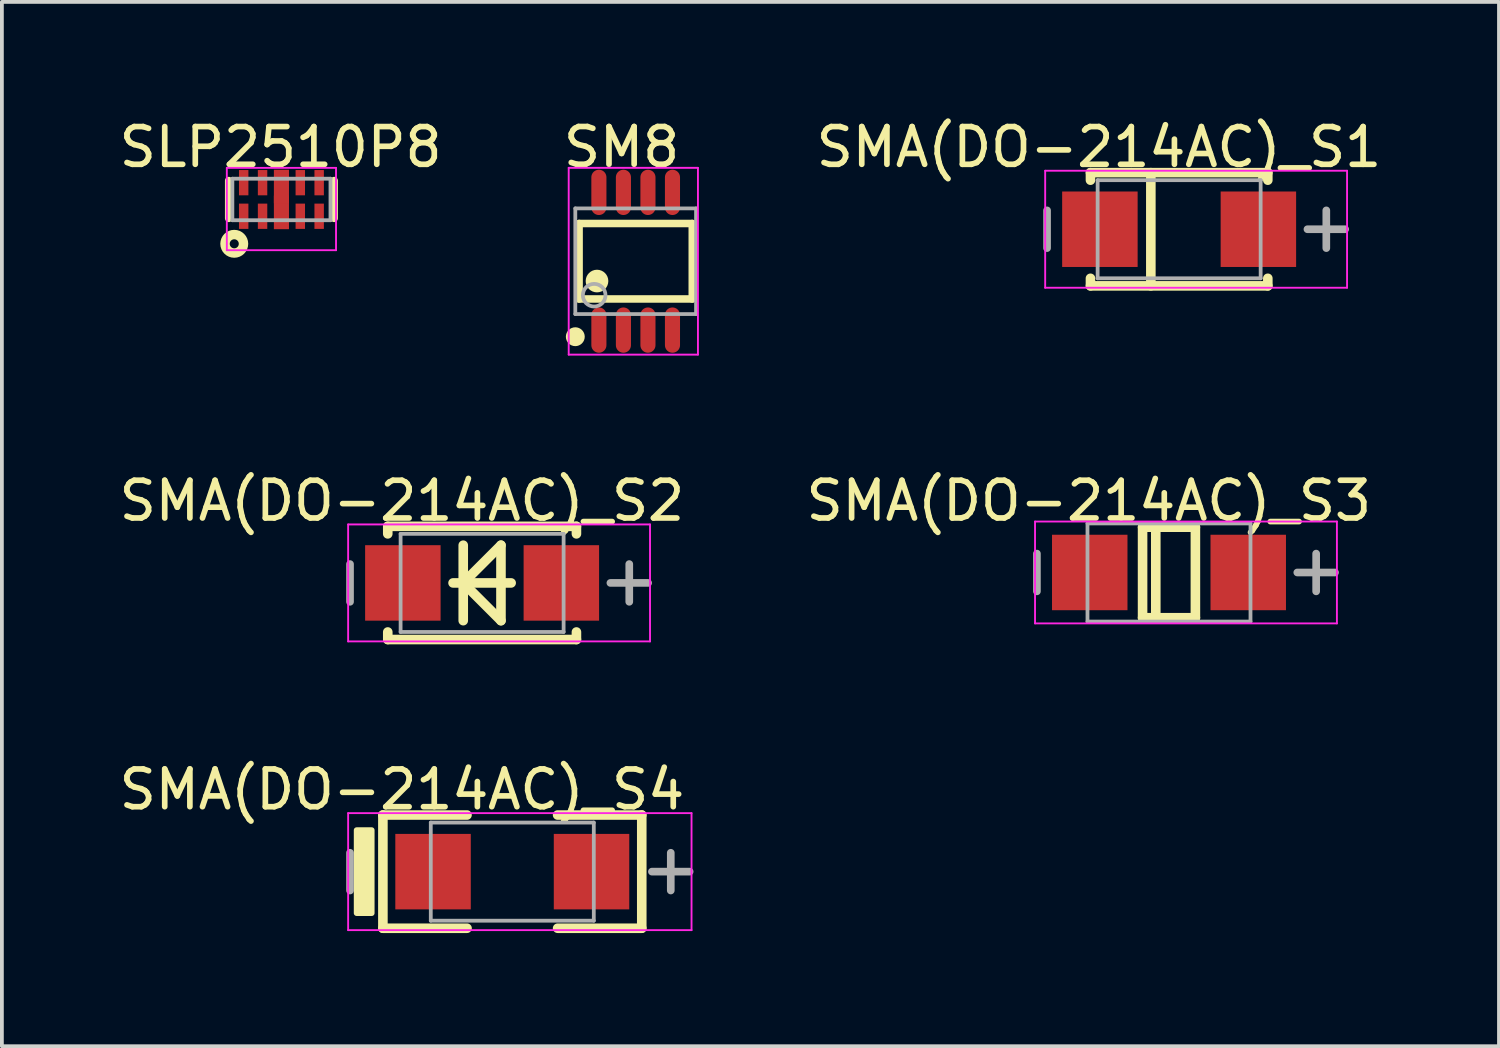
<source format=kicad_pcb>
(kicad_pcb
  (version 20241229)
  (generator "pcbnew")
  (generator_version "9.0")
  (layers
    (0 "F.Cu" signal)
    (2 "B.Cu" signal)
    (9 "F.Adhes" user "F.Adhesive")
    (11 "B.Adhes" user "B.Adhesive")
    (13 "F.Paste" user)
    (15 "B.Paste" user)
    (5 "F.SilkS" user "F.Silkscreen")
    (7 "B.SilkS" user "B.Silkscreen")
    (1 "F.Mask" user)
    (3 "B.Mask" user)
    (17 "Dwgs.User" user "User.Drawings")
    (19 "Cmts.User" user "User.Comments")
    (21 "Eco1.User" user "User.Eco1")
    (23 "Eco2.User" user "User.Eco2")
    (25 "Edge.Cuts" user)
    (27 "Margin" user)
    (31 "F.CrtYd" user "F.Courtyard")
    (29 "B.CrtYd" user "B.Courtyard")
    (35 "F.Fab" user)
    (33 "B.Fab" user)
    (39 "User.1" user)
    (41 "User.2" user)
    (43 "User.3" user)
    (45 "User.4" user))
  (footprint "SLP2510P8"
    (layer "F.Cu")
    (at 4.408 2.236)
    (property "Reference" "SLP2510P8" (at -0.021 -1.387 0) (layer "F.SilkS") (effects (font (size 1 1) (thickness 0.15))))
    (attr through_hole)
    (fp_line (start -1.397 0.5) (end -1.397 -0.5) (stroke (width 0.2) (type solid)) (layer "F.SilkS"))
    (fp_line (start 1.397 0.5) (end 1.397 -0.5) (stroke (width 0.2) (type solid)) (layer "F.SilkS"))
    (fp_circle (center -1.25 1.175) (end -1.13 1.175) (stroke (width 0.25) (type solid)) (fill no) (layer "F.SilkS"))
    (fp_line (start -1.447 -0.837) (end 1.447 -0.837) (stroke (width 0.05) (type solid)) (layer "F.CrtYd"))
    (fp_line (start -1.447 1.345) (end -1.447 -0.837) (stroke (width 0.05) (type solid)) (layer "F.CrtYd"))
    (fp_line (start 1.447 -0.837) (end 1.447 1.345) (stroke (width 0.05) (type solid)) (layer "F.CrtYd"))
    (fp_line (start 1.447 1.345) (end -1.447 1.345) (stroke (width 0.05) (type solid)) (layer "F.CrtYd"))
    (fp_line (start -1.3 -0.55) (end 1.3 -0.55) (stroke (width 0.1) (type solid)) (layer "F.Fab"))
    (fp_line (start -1.3 0.55) (end -1.3 -0.55) (stroke (width 0.1) (type solid)) (layer "F.Fab"))
    (fp_line (start -1.3 0.55) (end 1.3 0.55) (stroke (width 0.1) (type solid)) (layer "F.Fab"))
    (fp_line (start 1.3 0.55) (end 1.3 -0.55) (stroke (width 0.1) (type solid)) (layer "F.Fab"))
    (pad "1" smd rect (at -1 0.445) (size 0.25 0.67) (layers "F.Cu" "F.Mask" "F.Paste"))
    (pad "2" smd rect (at -0.5 0.445) (size 0.25 0.67) (layers "F.Cu" "F.Mask" "F.Paste"))
    (pad "3" smd rect (at 0 0.343) (size 0.4 0.889) (layers "F.Cu" "F.Mask" "F.Paste"))
    (pad "4" smd rect (at 0.5 0.445) (size 0.25 0.67) (layers "F.Cu" "F.Mask" "F.Paste"))
    (pad "5" smd rect (at 1 0.445) (size 0.25 0.67) (layers "F.Cu" "F.Mask" "F.Paste"))
    (pad "6" smd rect (at 1 -0.445) (size 0.25 0.67) (layers "F.Cu" "F.Mask" "F.Paste"))
    (pad "7" smd rect (at 0.5 -0.445) (size 0.25 0.67) (layers "F.Cu" "F.Mask" "F.Paste"))
    (pad "8" smd rect (at 0 -0.343) (size 0.4 0.889) (layers "F.Cu" "F.Mask" "F.Paste"))
    (pad "9" smd rect (at -0.5 -0.445) (size 0.25 0.67) (layers "F.Cu" "F.Mask" "F.Paste"))
    (pad "10" smd rect (at -1 -0.445) (size 0.25 0.67) (layers "F.Cu" "F.Mask" "F.Paste")))
  (footprint "SMA(DO-214AC)_S2"
    (layer "F.Cu")
    (at 9.726 12.398)
    (property "Reference" "SMA(DO-214AC)_S2" (at -2.125 -2.176 0) (layer "F.SilkS") (effects (font (size 1 1) (thickness 0.15))))
    (attr through_hole)
    (fp_line (start -2.5 -1.5) (end 2.5 -1.5) (stroke (width 0.254) (type solid)) (layer "F.SilkS"))
    (fp_line (start -2.5 -1.3) (end -2.5 -1.5) (stroke (width 0.254) (type solid)) (layer "F.SilkS"))
    (fp_line (start -2.5 1.5) (end -2.5 1.3) (stroke (width 0.254) (type solid)) (layer "F.SilkS"))
    (fp_line (start -2.5 1.5) (end 2.5 1.5) (stroke (width 0.254) (type solid)) (layer "F.SilkS"))
    (fp_line (start -0.77 0) (end 0.77 0) (stroke (width 0.254) (type solid)) (layer "F.SilkS"))
    (fp_line (start -0.5 0) (end 0.5 -1) (stroke (width 0.254) (type solid)) (layer "F.SilkS"))
    (fp_line (start -0.5 0) (end 0.5 1) (stroke (width 0.254) (type solid)) (layer "F.SilkS"))
    (fp_line (start -0.5 1) (end -0.5 -1) (stroke (width 0.254) (type solid)) (layer "F.SilkS"))
    (fp_line (start 0.5 1) (end 0.5 -1) (stroke (width 0.254) (type solid)) (layer "F.SilkS"))
    (fp_line (start 2.5 -1.3) (end 2.5 -1.5) (stroke (width 0.254) (type solid)) (layer "F.SilkS"))
    (fp_line (start 2.5 1.5) (end 2.5 1.3) (stroke (width 0.254) (type solid)) (layer "F.SilkS"))
    (fp_line (start -3.55 -1.55) (end 4.45 -1.55) (stroke (width 0.05) (type solid)) (layer "F.CrtYd"))
    (fp_line (start -3.55 1.55) (end -3.55 -1.55) (stroke (width 0.05) (type solid)) (layer "F.CrtYd"))
    (fp_line (start 4.45 -1.55) (end 4.45 1.55) (stroke (width 0.05) (type solid)) (layer "F.CrtYd"))
    (fp_line (start 4.45 1.55) (end -3.55 1.55) (stroke (width 0.05) (type solid)) (layer "F.CrtYd"))
    (fp_line (start -3.5 0.5) (end -3.5 -0.5) (stroke (width 0.203) (type solid)) (layer "F.Fab"))
    (fp_line (start -2.16 -1.3) (end 2.16 -1.3) (stroke (width 0.1) (type solid)) (layer "F.Fab"))
    (fp_line (start -2.16 1.3) (end -2.16 -1.3) (stroke (width 0.1) (type solid)) (layer "F.Fab"))
    (fp_line (start -2.16 1.3) (end 2.16 1.3) (stroke (width 0.1) (type solid)) (layer "F.Fab"))
    (fp_line (start 2.16 1.3) (end 2.16 -1.3) (stroke (width 0.1) (type solid)) (layer "F.Fab"))
    (fp_line (start 3.4 0) (end 4.4 0) (stroke (width 0.203) (type solid)) (layer "F.Fab"))
    (fp_line (start 3.9 0.5) (end 3.9 -0.5) (stroke (width 0.203) (type solid)) (layer "F.Fab"))
    (pad "1" smd rect (at 2.1 0 270) (size 2 2) (layers "F.Cu" "F.Mask" "F.Paste"))
    (pad "2" smd rect (at -2.1 0 270) (size 2 2) (layers "F.Cu" "F.Mask" "F.Paste")))
  (footprint "SMA(DO-214AC)_S3"
    (layer "F.Cu")
    (at 27.929 12.121)
    (property "Reference" "SMA(DO-214AC)_S3" (at -2.125 -1.899 0) (layer "F.SilkS") (effects (font (size 1 1) (thickness 0.15))))
    (attr through_hole)
    (fp_line (start -0.7 -1.2) (end 0.7 -1.2) (stroke (width 0.254) (type solid)) (layer "F.SilkS"))
    (fp_line (start -0.7 1.2) (end -0.7 -1.2) (stroke (width 0.254) (type solid)) (layer "F.SilkS"))
    (fp_line (start -0.7 1.2) (end 0.7 1.2) (stroke (width 0.254) (type solid)) (layer "F.SilkS"))
    (fp_line (start -0.35 1.2) (end -0.35 -1.2) (stroke (width 0.254) (type solid)) (layer "F.SilkS"))
    (fp_line (start 0.7 1.2) (end 0.7 -1.2) (stroke (width 0.254) (type solid)) (layer "F.SilkS"))
    (fp_line (start -3.55 -1.35) (end 4.45 -1.35) (stroke (width 0.05) (type solid)) (layer "F.CrtYd"))
    (fp_line (start -3.55 1.35) (end -3.55 -1.35) (stroke (width 0.05) (type solid)) (layer "F.CrtYd"))
    (fp_line (start 4.45 -1.35) (end 4.45 1.35) (stroke (width 0.05) (type solid)) (layer "F.CrtYd"))
    (fp_line (start 4.45 1.35) (end -3.55 1.35) (stroke (width 0.05) (type solid)) (layer "F.CrtYd"))
    (fp_line (start -3.5 0.5) (end -3.5 -0.5) (stroke (width 0.203) (type solid)) (layer "F.Fab"))
    (fp_line (start -2.16 -1.3) (end 2.16 -1.3) (stroke (width 0.1) (type solid)) (layer "F.Fab"))
    (fp_line (start -2.16 1.3) (end -2.16 -1.3) (stroke (width 0.1) (type solid)) (layer "F.Fab"))
    (fp_line (start -2.16 1.3) (end 2.16 1.3) (stroke (width 0.1) (type solid)) (layer "F.Fab"))
    (fp_line (start 2.16 1.3) (end 2.16 -1.3) (stroke (width 0.1) (type solid)) (layer "F.Fab"))
    (fp_line (start 3.4 0) (end 4.4 0) (stroke (width 0.203) (type solid)) (layer "F.Fab"))
    (fp_line (start 3.9 0.5) (end 3.9 -0.5) (stroke (width 0.203) (type solid)) (layer "F.Fab"))
    (pad "1" smd rect (at 2.1 0 270) (size 2 2) (layers "F.Cu" "F.Mask" "F.Paste"))
    (pad "2" smd rect (at -2.1 0 270) (size 2 2) (layers "F.Cu" "F.Mask" "F.Paste")))
  (footprint "SMA(DO-214AC)_S1"
    (layer "F.Cu")
    (at 28.198 3.025)
    (property "Reference" "SMA(DO-214AC)_S1" (at -2.125 -2.176 0) (layer "F.SilkS") (effects (font (size 1 1) (thickness 0.15))))
    (attr through_hole)
    (fp_line (start -2.35 -1.5) (end 2.35 -1.5) (stroke (width 0.254) (type solid)) (layer "F.SilkS"))
    (fp_line (start -2.35 -1.3) (end -2.35 -1.5) (stroke (width 0.254) (type solid)) (layer "F.SilkS"))
    (fp_line (start -2.35 1.5) (end -2.35 1.3) (stroke (width 0.254) (type solid)) (layer "F.SilkS"))
    (fp_line (start -2.35 1.5) (end 2.35 1.5) (stroke (width 0.254) (type solid)) (layer "F.SilkS"))
    (fp_line (start -0.75 1.5) (end -0.75 -1.5) (stroke (width 0.254) (type solid)) (layer "F.SilkS"))
    (fp_line (start 2.35 -1.3) (end 2.35 -1.5) (stroke (width 0.254) (type solid)) (layer "F.SilkS"))
    (fp_line (start 2.35 1.5) (end 2.35 1.3) (stroke (width 0.254) (type solid)) (layer "F.SilkS"))
    (fp_line (start -3.55 -1.55) (end 4.45 -1.55) (stroke (width 0.05) (type solid)) (layer "F.CrtYd"))
    (fp_line (start -3.55 1.55) (end -3.55 -1.55) (stroke (width 0.05) (type solid)) (layer "F.CrtYd"))
    (fp_line (start 4.45 -1.55) (end 4.45 1.55) (stroke (width 0.05) (type solid)) (layer "F.CrtYd"))
    (fp_line (start 4.45 1.55) (end -3.55 1.55) (stroke (width 0.05) (type solid)) (layer "F.CrtYd"))
    (fp_line (start -3.5 0.5) (end -3.5 -0.5) (stroke (width 0.203) (type solid)) (layer "F.Fab"))
    (fp_line (start -2.16 -1.3) (end 2.16 -1.3) (stroke (width 0.1) (type solid)) (layer "F.Fab"))
    (fp_line (start -2.16 1.3) (end -2.16 -1.3) (stroke (width 0.1) (type solid)) (layer "F.Fab"))
    (fp_line (start -2.16 1.3) (end 2.16 1.3) (stroke (width 0.1) (type solid)) (layer "F.Fab"))
    (fp_line (start 2.16 1.3) (end 2.16 -1.3) (stroke (width 0.1) (type solid)) (layer "F.Fab"))
    (fp_line (start 3.4 0) (end 4.4 0) (stroke (width 0.203) (type solid)) (layer "F.Fab"))
    (fp_line (start 3.9 0.5) (end 3.9 -0.5) (stroke (width 0.203) (type solid)) (layer "F.Fab"))
    (pad "1" smd rect (at 2.1 0 270) (size 2 2) (layers "F.Cu" "F.Mask" "F.Paste"))
    (pad "2" smd rect (at -2.1 0 270) (size 2 2) (layers "F.Cu" "F.Mask" "F.Paste")))
  (footprint "SMA(DO-214AC)_S4"
    (layer "F.Cu")
    (at 10.526 20.049)
    (property "Reference" "SMA(DO-214AC)_S4" (at -2.925 -2.176 0) (layer "F.SilkS") (effects (font (size 1 1) (thickness 0.15))))
    (attr through_hole)
    (fp_line (start -3.43 -1.5) (end -1.2 -1.5) (stroke (width 0.254) (type solid)) (layer "F.SilkS"))
    (fp_line (start -3.429 1.5) (end -3.429 -1.5) (stroke (width 0.254) (type solid)) (layer "F.SilkS"))
    (fp_line (start -3.429 1.5) (end -1.199 1.5) (stroke (width 0.254) (type solid)) (layer "F.SilkS"))
    (fp_line (start 1.201 -1.5) (end 3.431 -1.5) (stroke (width 0.254) (type solid)) (layer "F.SilkS"))
    (fp_line (start 1.201 1.5) (end 3.431 1.5) (stroke (width 0.254) (type solid)) (layer "F.SilkS"))
    (fp_line (start 3.431 1.5) (end 3.431 -1.5) (stroke (width 0.254) (type solid)) (layer "F.SilkS"))
    (fp_poly (pts (xy -4.125 1.1) (xy -3.725 1.1) (xy -3.725 -1.1) (xy -4.125 -1.1)) (stroke (width 0.15) (type solid)) (fill yes) (layer "F.SilkS"))
    (fp_line (start -4.35 -1.55) (end 4.75 -1.55) (stroke (width 0.05) (type solid)) (layer "F.CrtYd"))
    (fp_line (start -4.35 1.55) (end -4.35 -1.55) (stroke (width 0.05) (type solid)) (layer "F.CrtYd"))
    (fp_line (start 4.75 -1.55) (end 4.75 1.55) (stroke (width 0.05) (type solid)) (layer "F.CrtYd"))
    (fp_line (start 4.75 1.55) (end -4.35 1.55) (stroke (width 0.05) (type solid)) (layer "F.CrtYd"))
    (fp_line (start -4.3 0.5) (end -4.3 -0.5) (stroke (width 0.203) (type solid)) (layer "F.Fab"))
    (fp_line (start -2.16 -1.3) (end 2.16 -1.3) (stroke (width 0.1) (type solid)) (layer "F.Fab"))
    (fp_line (start -2.16 1.3) (end -2.16 -1.3) (stroke (width 0.1) (type solid)) (layer "F.Fab"))
    (fp_line (start -2.16 1.3) (end 2.16 1.3) (stroke (width 0.1) (type solid)) (layer "F.Fab"))
    (fp_line (start 2.16 1.3) (end 2.16 -1.3) (stroke (width 0.1) (type solid)) (layer "F.Fab"))
    (fp_line (start 3.7 0) (end 4.7 0) (stroke (width 0.203) (type solid)) (layer "F.Fab"))
    (fp_line (start 4.2 0.5) (end 4.2 -0.5) (stroke (width 0.203) (type solid)) (layer "F.Fab"))
    (pad "1" smd rect (at 2.1 0 270) (size 2 2) (layers "F.Cu" "F.Mask" "F.Paste"))
    (pad "2" smd rect (at -2.1 0 270) (size 2 2) (layers "F.Cu" "F.Mask" "F.Paste")))
  (footprint "SM8"
    (layer "F.Cu")
    (at 13.796 3.873)
    (property "Reference" "SM8" (at -0.374 -3.025 0) (layer "F.SilkS") (effects (font (size 1 1) (thickness 0.15))))
    (attr through_hole)
    (fp_line (start -1.5 -1) (end 1.5 -1) (stroke (width 0.2) (type solid)) (layer "F.SilkS"))
    (fp_line (start -1.5 1) (end -1.5 -1) (stroke (width 0.2) (type solid)) (layer "F.SilkS"))
    (fp_line (start -1.5 1) (end 1.5 1) (stroke (width 0.2) (type solid)) (layer "F.SilkS"))
    (fp_line (start 1.5 1) (end 1.5 -1) (stroke (width 0.2) (type solid)) (layer "F.SilkS"))
    (fp_circle (center -1.6 2) (end -1.475 2) (stroke (width 0.25) (type solid)) (fill no) (layer "F.SilkS"))
    (fp_circle (center -1.025 0.525) (end -0.875 0.525) (stroke (width 0.3) (type solid)) (fill no) (layer "F.SilkS"))
    (fp_line (start -1.775 -2.475) (end 1.65 -2.475) (stroke (width 0.05) (type solid)) (layer "F.CrtYd"))
    (fp_line (start -1.775 2.475) (end -1.775 -2.475) (stroke (width 0.05) (type solid)) (layer "F.CrtYd"))
    (fp_line (start 1.65 -2.475) (end 1.65 2.475) (stroke (width 0.05) (type solid)) (layer "F.CrtYd"))
    (fp_line (start 1.65 2.475) (end -1.775 2.475) (stroke (width 0.05) (type solid)) (layer "F.CrtYd"))
    (fp_line (start -1.6 -1.4) (end 1.6 -1.4) (stroke (width 0.1) (type solid)) (layer "F.Fab"))
    (fp_line (start -1.6 1.4) (end -1.6 -1.4) (stroke (width 0.1) (type solid)) (layer "F.Fab"))
    (fp_line (start -1.6 1.4) (end 1.6 1.4) (stroke (width 0.1) (type solid)) (layer "F.Fab"))
    (fp_line (start 1.6 1.4) (end 1.6 -1.4) (stroke (width 0.1) (type solid)) (layer "F.Fab"))
    (fp_circle (center -1.1 0.9) (end -0.8 0.9) (stroke (width 0.1) (type solid)) (fill no) (layer "F.Fab"))
    (pad "1" smd oval (at -0.975 1.825 270) (size 1.2 0.4) (layers "F.Cu" "F.Mask" "F.Paste"))
    (pad "2" smd oval (at -0.325 1.825 270) (size 1.2 0.4) (layers "F.Cu" "F.Mask" "F.Paste"))
    (pad "3" smd oval (at 0.325 1.825 270) (size 1.2 0.4) (layers "F.Cu" "F.Mask" "F.Paste"))
    (pad "4" smd oval (at 0.975 1.825 270) (size 1.2 0.4) (layers "F.Cu" "F.Mask" "F.Paste"))
    (pad "5" smd oval (at 0.975 -1.825 270) (size 1.2 0.4) (layers "F.Cu" "F.Mask" "F.Paste"))
    (pad "6" smd oval (at 0.325 -1.825 270) (size 1.2 0.4) (layers "F.Cu" "F.Mask" "F.Paste"))
    (pad "7" smd oval (at -0.325 -1.825 270) (size 1.2 0.4) (layers "F.Cu" "F.Mask" "F.Paste"))
    (pad "8" smd oval (at -0.975 -1.825 270) (size 1.2 0.4) (layers "F.Cu" "F.Mask" "F.Paste")))
  (gr_rect
    (start -3 -3)
    (end 36.674 24.676)
    (stroke (width 0.1) (type default))
    (fill no)
    (layer "Edge.Cuts")))
</source>
